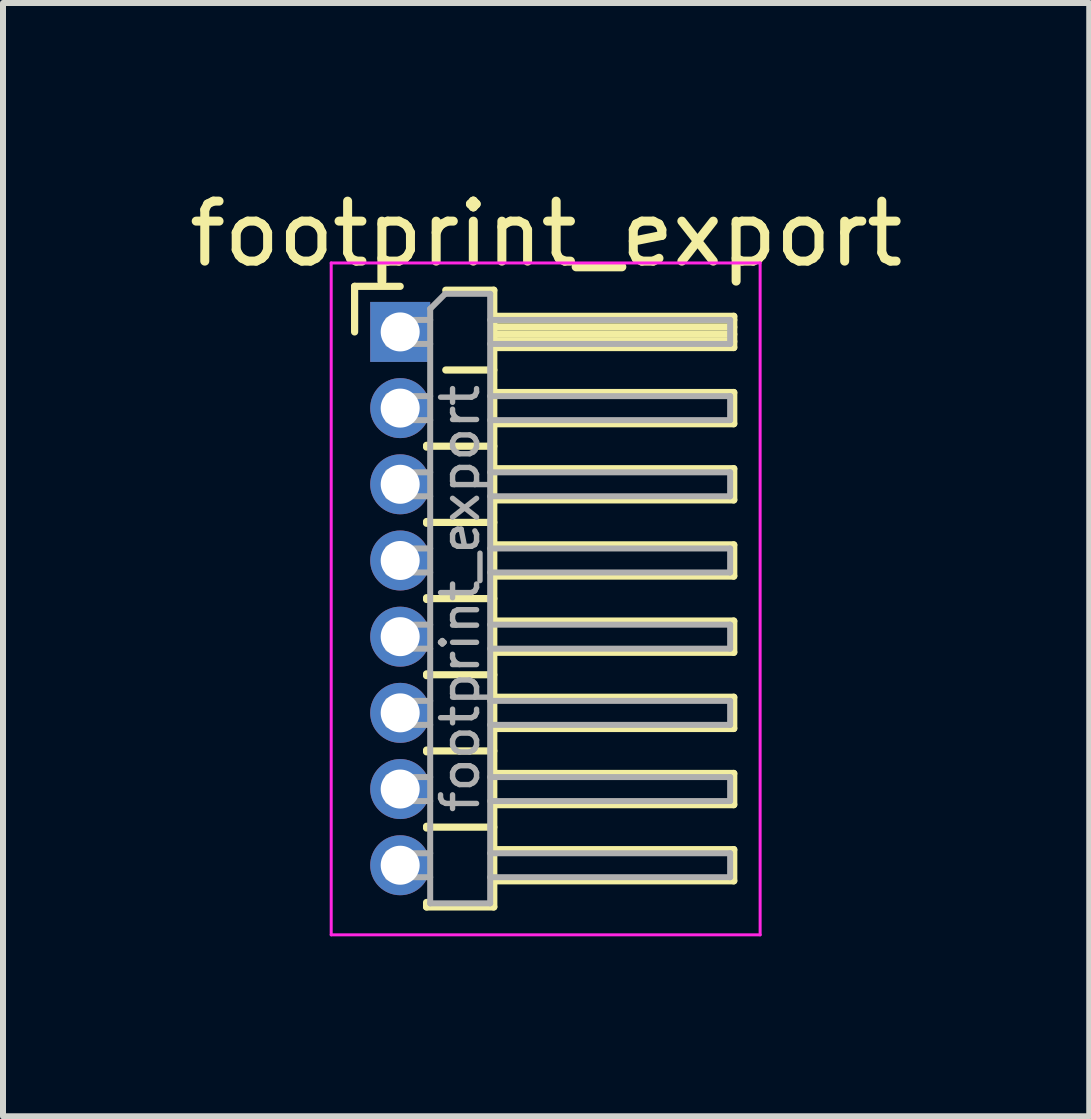
<source format=kicad_pcb>
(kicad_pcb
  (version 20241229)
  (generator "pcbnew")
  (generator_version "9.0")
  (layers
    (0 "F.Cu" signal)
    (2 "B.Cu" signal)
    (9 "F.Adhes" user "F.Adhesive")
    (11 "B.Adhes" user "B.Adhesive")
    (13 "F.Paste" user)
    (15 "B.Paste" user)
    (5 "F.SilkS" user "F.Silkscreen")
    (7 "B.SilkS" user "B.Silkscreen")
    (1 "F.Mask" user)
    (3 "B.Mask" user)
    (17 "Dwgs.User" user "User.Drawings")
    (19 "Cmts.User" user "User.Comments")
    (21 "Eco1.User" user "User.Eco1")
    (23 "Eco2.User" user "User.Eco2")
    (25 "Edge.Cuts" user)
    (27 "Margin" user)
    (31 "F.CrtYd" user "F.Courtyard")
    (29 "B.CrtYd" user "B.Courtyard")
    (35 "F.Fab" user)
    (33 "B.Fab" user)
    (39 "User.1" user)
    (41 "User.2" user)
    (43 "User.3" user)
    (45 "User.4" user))
  (footprint "footprint_export"
    (layer "F.Cu")
    (at 3.621 2.483)
    (property "Reference" "footprint_export" (at 2.433 -1.635 0) (layer "F.SilkS") (effects (font (size 1 1) (thickness 0.15))))
    (attr through_hole)
    (fp_line (start -0.76 -0.76) (end 0 -0.76) (stroke (width 0.12) (type solid)) (layer "F.SilkS"))
    (fp_line (start -0.76 0) (end -0.76 -0.76) (stroke (width 0.12) (type solid)) (layer "F.SilkS"))
    (fp_line (start 0.44 1.89) (end 0.44 1.92) (stroke (width 0.12) (type solid)) (layer "F.SilkS"))
    (fp_line (start 0.44 1.905) (end 1.56 1.905) (stroke (width 0.12) (type solid)) (layer "F.SilkS"))
    (fp_line (start 0.44 3.16) (end 0.44 3.19) (stroke (width 0.12) (type solid)) (layer "F.SilkS"))
    (fp_line (start 0.44 3.175) (end 1.56 3.175) (stroke (width 0.12) (type solid)) (layer "F.SilkS"))
    (fp_line (start 0.44 4.43) (end 0.44 4.46) (stroke (width 0.12) (type solid)) (layer "F.SilkS"))
    (fp_line (start 0.44 4.445) (end 1.56 4.445) (stroke (width 0.12) (type solid)) (layer "F.SilkS"))
    (fp_line (start 0.44 5.7) (end 0.44 5.73) (stroke (width 0.12) (type solid)) (layer "F.SilkS"))
    (fp_line (start 0.44 5.715) (end 1.56 5.715) (stroke (width 0.12) (type solid)) (layer "F.SilkS"))
    (fp_line (start 0.44 6.97) (end 0.44 7) (stroke (width 0.12) (type solid)) (layer "F.SilkS"))
    (fp_line (start 0.44 6.985) (end 1.56 6.985) (stroke (width 0.12) (type solid)) (layer "F.SilkS"))
    (fp_line (start 0.44 8.24) (end 0.44 8.27) (stroke (width 0.12) (type solid)) (layer "F.SilkS"))
    (fp_line (start 0.44 8.255) (end 1.56 8.255) (stroke (width 0.12) (type solid)) (layer "F.SilkS"))
    (fp_line (start 0.44 9.585) (end 0.44 9.51) (stroke (width 0.12) (type solid)) (layer "F.SilkS"))
    (fp_line (start 0.76 -0.695) (end 1.56 -0.695) (stroke (width 0.12) (type solid)) (layer "F.SilkS"))
    (fp_line (start 0.76 0.635) (end 1.56 0.635) (stroke (width 0.12) (type solid)) (layer "F.SilkS"))
    (fp_line (start 1.56 -0.695) (end 1.56 9.585) (stroke (width 0.12) (type solid)) (layer "F.SilkS"))
    (fp_line (start 1.56 -0.26) (end 5.56 -0.26) (stroke (width 0.12) (type solid)) (layer "F.SilkS"))
    (fp_line (start 1.56 -0.2) (end 5.56 -0.2) (stroke (width 0.12) (type solid)) (layer "F.SilkS"))
    (fp_line (start 1.56 -0.08) (end 5.56 -0.08) (stroke (width 0.12) (type solid)) (layer "F.SilkS"))
    (fp_line (start 1.56 0.04) (end 5.56 0.04) (stroke (width 0.12) (type solid)) (layer "F.SilkS"))
    (fp_line (start 1.56 0.16) (end 5.56 0.16) (stroke (width 0.12) (type solid)) (layer "F.SilkS"))
    (fp_line (start 1.56 1.01) (end 5.56 1.01) (stroke (width 0.12) (type solid)) (layer "F.SilkS"))
    (fp_line (start 1.56 2.28) (end 5.56 2.28) (stroke (width 0.12) (type solid)) (layer "F.SilkS"))
    (fp_line (start 1.56 3.55) (end 5.56 3.55) (stroke (width 0.12) (type solid)) (layer "F.SilkS"))
    (fp_line (start 1.56 4.82) (end 5.56 4.82) (stroke (width 0.12) (type solid)) (layer "F.SilkS"))
    (fp_line (start 1.56 6.09) (end 5.56 6.09) (stroke (width 0.12) (type solid)) (layer "F.SilkS"))
    (fp_line (start 1.56 7.36) (end 5.56 7.36) (stroke (width 0.12) (type solid)) (layer "F.SilkS"))
    (fp_line (start 1.56 8.63) (end 5.56 8.63) (stroke (width 0.12) (type solid)) (layer "F.SilkS"))
    (fp_line (start 1.56 9.585) (end 0.44 9.585) (stroke (width 0.12) (type solid)) (layer "F.SilkS"))
    (fp_line (start 5.56 -0.26) (end 5.56 0.26) (stroke (width 0.12) (type solid)) (layer "F.SilkS"))
    (fp_line (start 5.56 0.26) (end 1.56 0.26) (stroke (width 0.12) (type solid)) (layer "F.SilkS"))
    (fp_line (start 5.56 1.01) (end 5.56 1.53) (stroke (width 0.12) (type solid)) (layer "F.SilkS"))
    (fp_line (start 5.56 1.53) (end 1.56 1.53) (stroke (width 0.12) (type solid)) (layer "F.SilkS"))
    (fp_line (start 5.56 2.28) (end 5.56 2.8) (stroke (width 0.12) (type solid)) (layer "F.SilkS"))
    (fp_line (start 5.56 2.8) (end 1.56 2.8) (stroke (width 0.12) (type solid)) (layer "F.SilkS"))
    (fp_line (start 5.56 3.55) (end 5.56 4.07) (stroke (width 0.12) (type solid)) (layer "F.SilkS"))
    (fp_line (start 5.56 4.07) (end 1.56 4.07) (stroke (width 0.12) (type solid)) (layer "F.SilkS"))
    (fp_line (start 5.56 4.82) (end 5.56 5.34) (stroke (width 0.12) (type solid)) (layer "F.SilkS"))
    (fp_line (start 5.56 5.34) (end 1.56 5.34) (stroke (width 0.12) (type solid)) (layer "F.SilkS"))
    (fp_line (start 5.56 6.09) (end 5.56 6.61) (stroke (width 0.12) (type solid)) (layer "F.SilkS"))
    (fp_line (start 5.56 6.61) (end 1.56 6.61) (stroke (width 0.12) (type solid)) (layer "F.SilkS"))
    (fp_line (start 5.56 7.36) (end 5.56 7.88) (stroke (width 0.12) (type solid)) (layer "F.SilkS"))
    (fp_line (start 5.56 7.88) (end 1.56 7.88) (stroke (width 0.12) (type solid)) (layer "F.SilkS"))
    (fp_line (start 5.56 8.63) (end 5.56 9.15) (stroke (width 0.12) (type solid)) (layer "F.SilkS"))
    (fp_line (start 5.56 9.15) (end 1.56 9.15) (stroke (width 0.12) (type solid)) (layer "F.SilkS"))
    (fp_line (start -1.15 -1.15) (end -1.15 10.05) (stroke (width 0.05) (type solid)) (layer "F.CrtYd"))
    (fp_line (start -1.15 10.05) (end 6 10.05) (stroke (width 0.05) (type solid)) (layer "F.CrtYd"))
    (fp_line (start 6 -1.15) (end -1.15 -1.15) (stroke (width 0.05) (type solid)) (layer "F.CrtYd"))
    (fp_line (start 6 10.05) (end 6 -1.15) (stroke (width 0.05) (type solid)) (layer "F.CrtYd"))
    (fp_line (start -0.2 -0.2) (end -0.2 0.2) (stroke (width 0.1) (type solid)) (layer "F.Fab"))
    (fp_line (start -0.2 -0.2) (end 0.5 -0.2) (stroke (width 0.1) (type solid)) (layer "F.Fab"))
    (fp_line (start -0.2 0.2) (end 0.5 0.2) (stroke (width 0.1) (type solid)) (layer "F.Fab"))
    (fp_line (start -0.2 1.07) (end -0.2 1.47) (stroke (width 0.1) (type solid)) (layer "F.Fab"))
    (fp_line (start -0.2 1.07) (end 0.5 1.07) (stroke (width 0.1) (type solid)) (layer "F.Fab"))
    (fp_line (start -0.2 1.47) (end 0.5 1.47) (stroke (width 0.1) (type solid)) (layer "F.Fab"))
    (fp_line (start -0.2 2.34) (end -0.2 2.74) (stroke (width 0.1) (type solid)) (layer "F.Fab"))
    (fp_line (start -0.2 2.34) (end 0.5 2.34) (stroke (width 0.1) (type solid)) (layer "F.Fab"))
    (fp_line (start -0.2 2.74) (end 0.5 2.74) (stroke (width 0.1) (type solid)) (layer "F.Fab"))
    (fp_line (start -0.2 3.61) (end -0.2 4.01) (stroke (width 0.1) (type solid)) (layer "F.Fab"))
    (fp_line (start -0.2 3.61) (end 0.5 3.61) (stroke (width 0.1) (type solid)) (layer "F.Fab"))
    (fp_line (start -0.2 4.01) (end 0.5 4.01) (stroke (width 0.1) (type solid)) (layer "F.Fab"))
    (fp_line (start -0.2 4.88) (end -0.2 5.28) (stroke (width 0.1) (type solid)) (layer "F.Fab"))
    (fp_line (start -0.2 4.88) (end 0.5 4.88) (stroke (width 0.1) (type solid)) (layer "F.Fab"))
    (fp_line (start -0.2 5.28) (end 0.5 5.28) (stroke (width 0.1) (type solid)) (layer "F.Fab"))
    (fp_line (start -0.2 6.15) (end -0.2 6.55) (stroke (width 0.1) (type solid)) (layer "F.Fab"))
    (fp_line (start -0.2 6.15) (end 0.5 6.15) (stroke (width 0.1) (type solid)) (layer "F.Fab"))
    (fp_line (start -0.2 6.55) (end 0.5 6.55) (stroke (width 0.1) (type solid)) (layer "F.Fab"))
    (fp_line (start -0.2 7.42) (end -0.2 7.82) (stroke (width 0.1) (type solid)) (layer "F.Fab"))
    (fp_line (start -0.2 7.42) (end 0.5 7.42) (stroke (width 0.1) (type solid)) (layer "F.Fab"))
    (fp_line (start -0.2 7.82) (end 0.5 7.82) (stroke (width 0.1) (type solid)) (layer "F.Fab"))
    (fp_line (start -0.2 8.69) (end -0.2 9.09) (stroke (width 0.1) (type solid)) (layer "F.Fab"))
    (fp_line (start -0.2 8.69) (end 0.5 8.69) (stroke (width 0.1) (type solid)) (layer "F.Fab"))
    (fp_line (start -0.2 9.09) (end 0.5 9.09) (stroke (width 0.1) (type solid)) (layer "F.Fab"))
    (fp_line (start 0.5 -0.385) (end 0.75 -0.635) (stroke (width 0.1) (type solid)) (layer "F.Fab"))
    (fp_line (start 0.5 9.525) (end 0.5 -0.385) (stroke (width 0.1) (type solid)) (layer "F.Fab"))
    (fp_line (start 0.75 -0.635) (end 1.5 -0.635) (stroke (width 0.1) (type solid)) (layer "F.Fab"))
    (fp_line (start 1.5 -0.635) (end 1.5 9.525) (stroke (width 0.1) (type solid)) (layer "F.Fab"))
    (fp_line (start 1.5 -0.2) (end 5.5 -0.2) (stroke (width 0.1) (type solid)) (layer "F.Fab"))
    (fp_line (start 1.5 0.2) (end 5.5 0.2) (stroke (width 0.1) (type solid)) (layer "F.Fab"))
    (fp_line (start 1.5 1.07) (end 5.5 1.07) (stroke (width 0.1) (type solid)) (layer "F.Fab"))
    (fp_line (start 1.5 1.47) (end 5.5 1.47) (stroke (width 0.1) (type solid)) (layer "F.Fab"))
    (fp_line (start 1.5 2.34) (end 5.5 2.34) (stroke (width 0.1) (type solid)) (layer "F.Fab"))
    (fp_line (start 1.5 2.74) (end 5.5 2.74) (stroke (width 0.1) (type solid)) (layer "F.Fab"))
    (fp_line (start 1.5 3.61) (end 5.5 3.61) (stroke (width 0.1) (type solid)) (layer "F.Fab"))
    (fp_line (start 1.5 4.01) (end 5.5 4.01) (stroke (width 0.1) (type solid)) (layer "F.Fab"))
    (fp_line (start 1.5 4.88) (end 5.5 4.88) (stroke (width 0.1) (type solid)) (layer "F.Fab"))
    (fp_line (start 1.5 5.28) (end 5.5 5.28) (stroke (width 0.1) (type solid)) (layer "F.Fab"))
    (fp_line (start 1.5 6.15) (end 5.5 6.15) (stroke (width 0.1) (type solid)) (layer "F.Fab"))
    (fp_line (start 1.5 6.55) (end 5.5 6.55) (stroke (width 0.1) (type solid)) (layer "F.Fab"))
    (fp_line (start 1.5 7.42) (end 5.5 7.42) (stroke (width 0.1) (type solid)) (layer "F.Fab"))
    (fp_line (start 1.5 7.82) (end 5.5 7.82) (stroke (width 0.1) (type solid)) (layer "F.Fab"))
    (fp_line (start 1.5 8.69) (end 5.5 8.69) (stroke (width 0.1) (type solid)) (layer "F.Fab"))
    (fp_line (start 1.5 9.09) (end 5.5 9.09) (stroke (width 0.1) (type solid)) (layer "F.Fab"))
    (fp_line (start 1.5 9.525) (end 0.5 9.525) (stroke (width 0.1) (type solid)) (layer "F.Fab"))
    (fp_line (start 5.5 -0.2) (end 5.5 0.2) (stroke (width 0.1) (type solid)) (layer "F.Fab"))
    (fp_line (start 5.5 1.07) (end 5.5 1.47) (stroke (width 0.1) (type solid)) (layer "F.Fab"))
    (fp_line (start 5.5 2.34) (end 5.5 2.74) (stroke (width 0.1) (type solid)) (layer "F.Fab"))
    (fp_line (start 5.5 3.61) (end 5.5 4.01) (stroke (width 0.1) (type solid)) (layer "F.Fab"))
    (fp_line (start 5.5 4.88) (end 5.5 5.28) (stroke (width 0.1) (type solid)) (layer "F.Fab"))
    (fp_line (start 5.5 6.15) (end 5.5 6.55) (stroke (width 0.1) (type solid)) (layer "F.Fab"))
    (fp_line (start 5.5 7.42) (end 5.5 7.82) (stroke (width 0.1) (type solid)) (layer "F.Fab"))
    (fp_line (start 5.5 8.69) (end 5.5 9.09) (stroke (width 0.1) (type solid)) (layer "F.Fab"))
    (fp_text user "${REFERENCE}" (at 1 4.445 90) (layer "F.Fab") (effects (font (size 0.6 0.6) (thickness 0.09))))
    (pad "1" thru_hole rect (at 0 0) (size 1 1) (drill 0.65) (layers "*.Cu" "*.Mask"))
    (pad "2" thru_hole oval (at 0 1.27) (size 1 1) (drill 0.65) (layers "*.Cu" "*.Mask"))
    (pad "3" thru_hole oval (at 0 2.54) (size 1 1) (drill 0.65) (layers "*.Cu" "*.Mask"))
    (pad "4" thru_hole oval (at 0 3.81) (size 1 1) (drill 0.65) (layers "*.Cu" "*.Mask"))
    (pad "5" thru_hole oval (at 0 5.08) (size 1 1) (drill 0.65) (layers "*.Cu" "*.Mask"))
    (pad "6" thru_hole oval (at 0 6.35) (size 1 1) (drill 0.65) (layers "*.Cu" "*.Mask"))
    (pad "7" thru_hole oval (at 0 7.62) (size 1 1) (drill 0.65) (layers "*.Cu" "*.Mask"))
    (pad "8" thru_hole oval (at 0 8.89) (size 1 1) (drill 0.65) (layers "*.Cu" "*.Mask")))
  (gr_rect
    (start -3 -3)
    (end 15.107 15.558)
    (stroke (width 0.1) (type default))
    (fill no)
    (layer "Edge.Cuts")))
</source>
